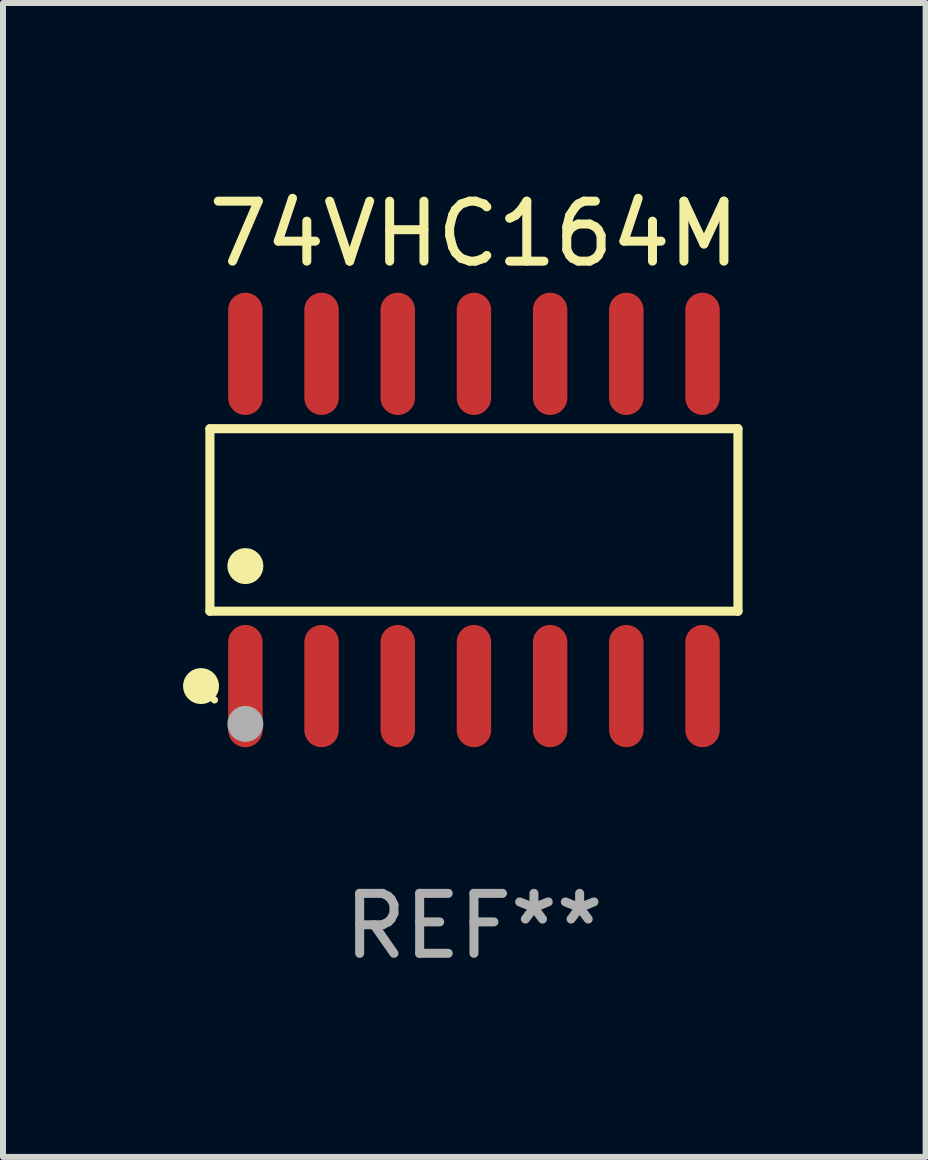
<source format=kicad_pcb>
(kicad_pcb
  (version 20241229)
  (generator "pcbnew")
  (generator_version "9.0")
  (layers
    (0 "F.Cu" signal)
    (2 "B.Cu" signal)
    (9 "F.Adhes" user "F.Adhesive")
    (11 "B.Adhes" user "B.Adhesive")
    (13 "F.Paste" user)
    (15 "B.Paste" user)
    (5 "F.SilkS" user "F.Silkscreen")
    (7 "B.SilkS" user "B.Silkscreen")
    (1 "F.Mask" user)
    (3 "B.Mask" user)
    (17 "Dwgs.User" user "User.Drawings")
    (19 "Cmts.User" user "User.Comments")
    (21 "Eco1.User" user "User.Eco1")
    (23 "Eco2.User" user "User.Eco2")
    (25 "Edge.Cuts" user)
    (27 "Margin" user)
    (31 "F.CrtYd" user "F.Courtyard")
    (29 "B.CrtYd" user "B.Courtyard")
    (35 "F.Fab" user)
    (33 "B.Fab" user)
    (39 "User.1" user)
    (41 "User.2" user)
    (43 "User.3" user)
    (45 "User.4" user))
  (footprint "74VHC164M"
    (layer "F.Cu")
    (at 4.85 5.617)
    (property "Reference" "74VHC164M" (at 0 -4.769 0) (layer "F.SilkS") (effects (font (size 1 1) (thickness 0.15))))
    (attr through_hole)
    (fp_line (start -4.401 -1.521) (end 4.401 -1.521) (stroke (width 0.152) (type solid)) (layer "F.SilkS"))
    (fp_line (start -4.401 1.521) (end -4.401 -1.521) (stroke (width 0.152) (type solid)) (layer "F.SilkS"))
    (fp_line (start 4.401 -1.521) (end 4.401 1.521) (stroke (width 0.152) (type solid)) (layer "F.SilkS"))
    (fp_line (start 4.401 1.521) (end -4.401 1.521) (stroke (width 0.152) (type solid)) (layer "F.SilkS"))
    (fp_circle (center -4.549 2.769) (end -4.399 2.769) (stroke (width 0.3) (type solid)) (fill no) (layer "F.SilkS"))
    (fp_circle (center -4.325 3) (end -4.295 3) (stroke (width 0.06) (type solid)) (fill no) (layer "F.SilkS"))
    (fp_circle (center -3.81 0.769) (end -3.66 0.769) (stroke (width 0.3) (type solid)) (fill no) (layer "F.SilkS"))
    (fp_circle (center -3.81 3.4) (end -3.66 3.4) (stroke (width 0.3) (type solid)) (fill no) (layer "F.Fab"))
    (fp_text user "REF**" (at 0 6.769 0) (layer "F.Fab") (effects (font (size 1 1) (thickness 0.15))))
    (pad "1" smd oval (at -3.81 2.769) (size 0.574 2.038) (layers "F.Cu" "F.Mask" "F.Paste"))
    (pad "2" smd oval (at -2.54 2.769) (size 0.574 2.038) (layers "F.Cu" "F.Mask" "F.Paste"))
    (pad "3" smd oval (at -1.27 2.769) (size 0.574 2.038) (layers "F.Cu" "F.Mask" "F.Paste"))
    (pad "4" smd oval (at 0 2.769) (size 0.574 2.038) (layers "F.Cu" "F.Mask" "F.Paste"))
    (pad "5" smd oval (at 1.27 2.769) (size 0.574 2.038) (layers "F.Cu" "F.Mask" "F.Paste"))
    (pad "6" smd oval (at 2.54 2.769) (size 0.574 2.038) (layers "F.Cu" "F.Mask" "F.Paste"))
    (pad "7" smd oval (at 3.81 2.769) (size 0.574 2.038) (layers "F.Cu" "F.Mask" "F.Paste"))
    (pad "8" smd oval (at 3.81 -2.769) (size 0.574 2.038) (layers "F.Cu" "F.Mask" "F.Paste"))
    (pad "9" smd oval (at 2.54 -2.769) (size 0.574 2.038) (layers "F.Cu" "F.Mask" "F.Paste"))
    (pad "10" smd oval (at 1.27 -2.769) (size 0.574 2.038) (layers "F.Cu" "F.Mask" "F.Paste"))
    (pad "11" smd oval (at 0 -2.769) (size 0.574 2.038) (layers "F.Cu" "F.Mask" "F.Paste"))
    (pad "12" smd oval (at -1.27 -2.769) (size 0.574 2.038) (layers "F.Cu" "F.Mask" "F.Paste"))
    (pad "13" smd oval (at -2.54 -2.769) (size 0.574 2.038) (layers "F.Cu" "F.Mask" "F.Paste"))
    (pad "14" smd oval (at -3.81 -2.769) (size 0.574 2.038) (layers "F.Cu" "F.Mask" "F.Paste")))
  (gr_rect
    (start -3 -3)
    (end 12.379 16.235)
    (stroke (width 0.1) (type default))
    (fill no)
    (layer "Edge.Cuts")))
</source>
